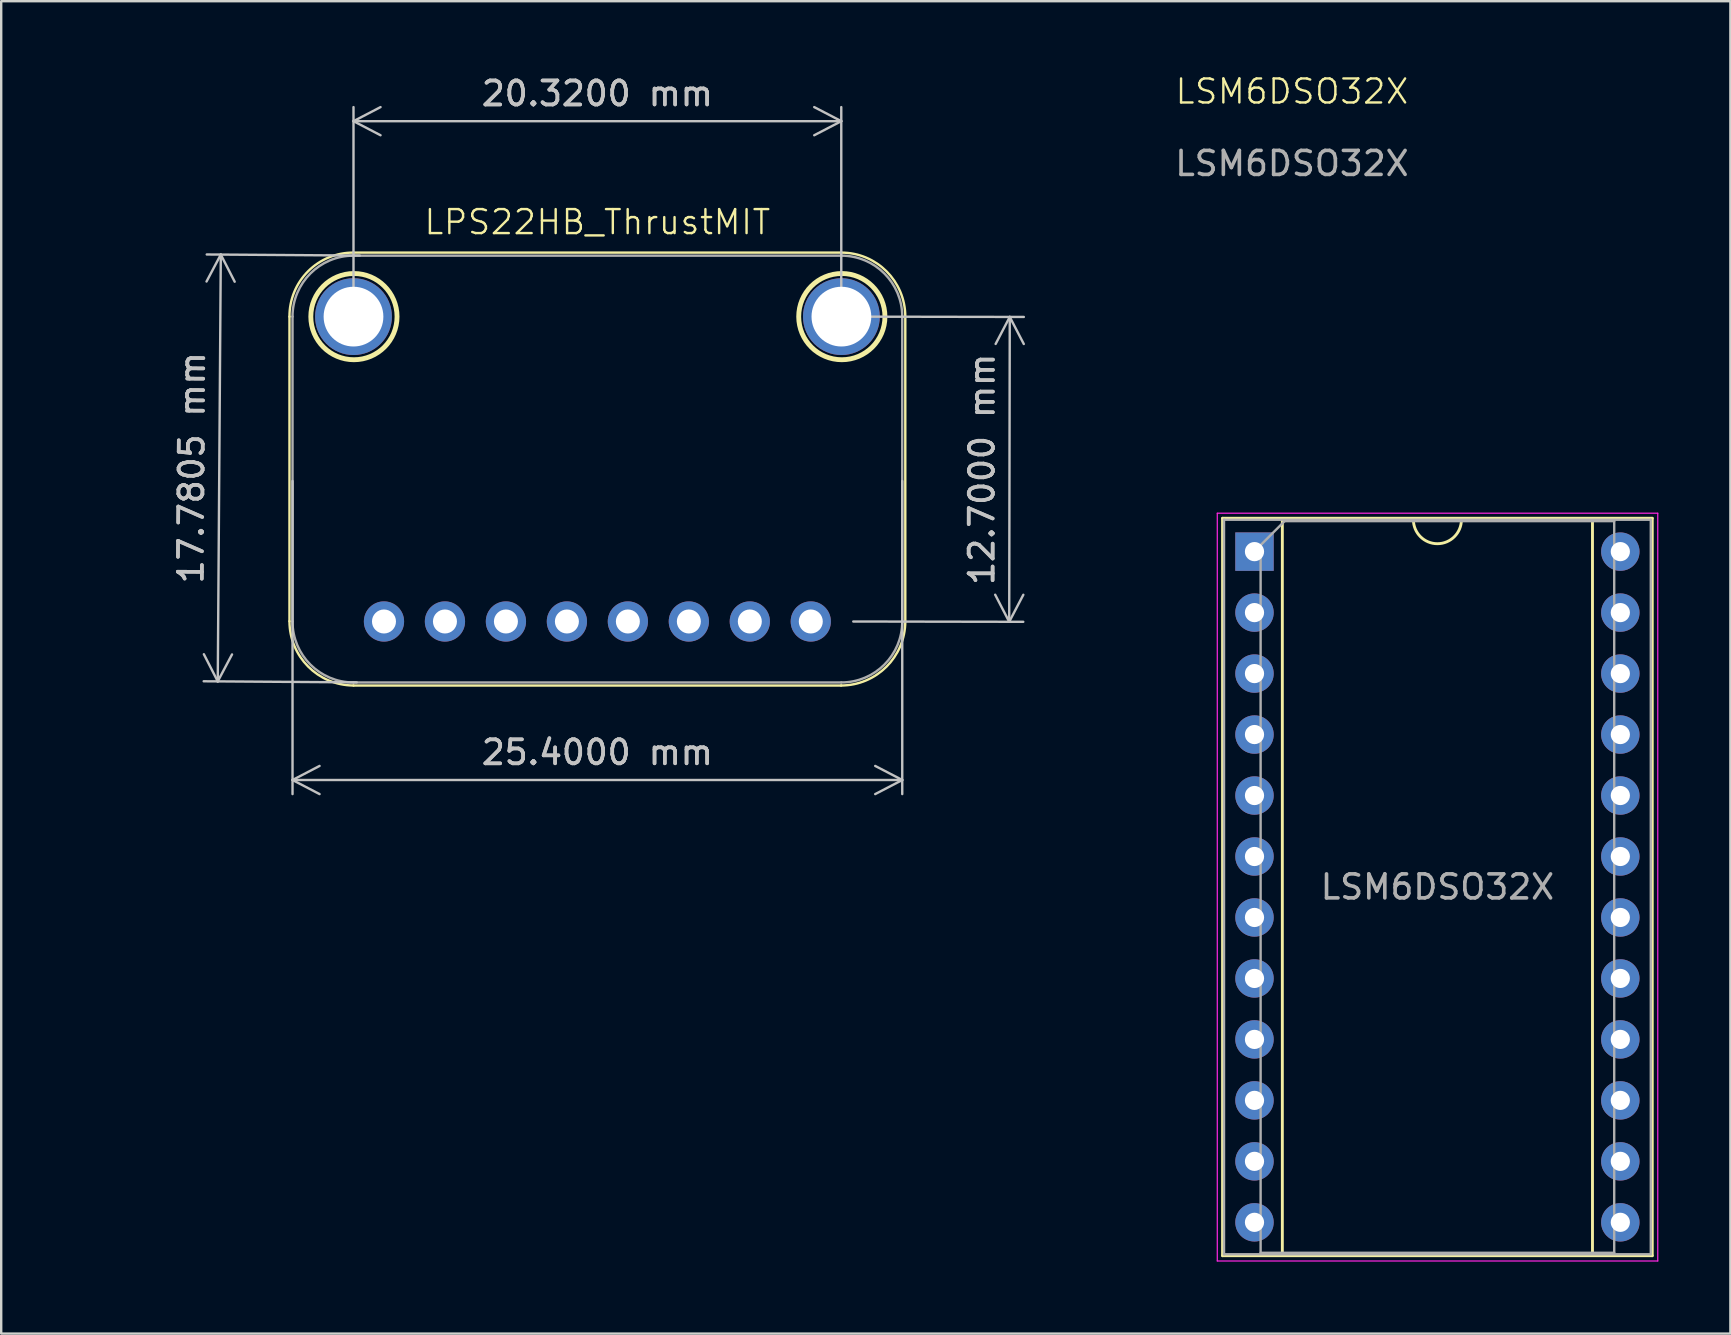
<source format=kicad_pcb>
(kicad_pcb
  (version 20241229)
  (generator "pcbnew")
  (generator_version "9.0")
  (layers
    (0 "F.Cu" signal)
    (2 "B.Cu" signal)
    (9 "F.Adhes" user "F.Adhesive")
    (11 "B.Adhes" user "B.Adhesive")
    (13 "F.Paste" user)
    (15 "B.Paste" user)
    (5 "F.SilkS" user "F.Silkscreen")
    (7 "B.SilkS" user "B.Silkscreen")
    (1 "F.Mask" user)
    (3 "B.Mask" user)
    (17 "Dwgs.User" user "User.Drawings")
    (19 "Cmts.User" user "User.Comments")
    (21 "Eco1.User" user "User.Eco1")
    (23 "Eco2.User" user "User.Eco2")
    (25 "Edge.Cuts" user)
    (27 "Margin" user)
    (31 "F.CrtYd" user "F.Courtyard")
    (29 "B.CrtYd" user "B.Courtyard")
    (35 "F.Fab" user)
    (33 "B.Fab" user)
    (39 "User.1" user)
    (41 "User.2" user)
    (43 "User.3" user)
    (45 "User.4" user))
  (footprint "LPS22HB_ThrustMIT"
    (layer "F.Cu")
    (at 21.836 16.49)
    (property "Reference" "LPS22HB_ThrustMIT" (at 0 -10.287 0) (unlocked yes) (layer "F.SilkS") (effects (font (size 1 1) (thickness 0.1))))
    (attr through_hole)
    (fp_line (start -12.827 -6.35) (end -12.827 6.34) (stroke (width 0.1) (type default)) (layer "F.SilkS"))
    (fp_line (start -10.16 -9.017) (end 10.16 -9.017) (stroke (width 0.1) (type default)) (layer "F.SilkS"))
    (fp_line (start 10.16 9.017) (end -10.16 9.017) (stroke (width 0.1) (type default)) (layer "F.SilkS"))
    (fp_line (start 12.827 -6.35) (end 12.827 6.35) (stroke (width 0.1) (type default)) (layer "F.SilkS"))
    (fp_arc (start -12.827 -6.35) (mid -12.050407 -8.240407) (end -10.16 -9.017) (stroke (width 0.1) (type default)) (layer "F.SilkS"))
    (fp_arc (start -10.16 9.017) (mid -12.046433 8.229391) (end -12.826963 6.340019) (stroke (width 0.1) (type default)) (layer "F.SilkS"))
    (fp_arc (start 10.16 -9.017) (mid 12.045854 -8.235854) (end 12.827 -6.35) (stroke (width 0.1) (type default)) (layer "F.SilkS"))
    (fp_arc (start 12.827 6.35) (mid 12.039392 8.236433) (end 10.150019 9.016963) (stroke (width 0.1) (type default)) (layer "F.SilkS"))
    (fp_circle (center -10.142 -6.35) (end -8.346 -6.35) (stroke (width 0.203) (type default)) (fill no) (layer "F.SilkS"))
    (fp_circle (center 10.183 -6.35) (end 11.979 -6.35) (stroke (width 0.203) (type default)) (fill no) (layer "F.SilkS"))
    (fp_line (start -12.7 6.35) (end -12.7 -6.35) (stroke (width 0.1) (type default)) (layer "F.Fab"))
    (fp_line (start -10.16 -8.89) (end 10.16 -8.89) (stroke (width 0.1) (type default)) (layer "F.Fab"))
    (fp_line (start 10.16 8.89) (end -10.16 8.89) (stroke (width 0.1) (type default)) (layer "F.Fab"))
    (fp_line (start 12.7 -6.35) (end 12.7 6.35) (stroke (width 0.1) (type default)) (layer "F.Fab"))
    (fp_arc (start -12.7 -6.35) (mid -11.956051 -8.146051) (end -10.16 -8.89) (stroke (width 0.1) (type default)) (layer "F.Fab"))
    (fp_arc (start -10.16 8.89) (mid -11.956051 8.146051) (end -12.7 6.35) (stroke (width 0.1) (type default)) (layer "F.Fab"))
    (fp_arc (start 10.16 -8.89) (mid 11.956051 -8.146051) (end 12.7 -6.35) (stroke (width 0.1) (type default)) (layer "F.Fab"))
    (fp_arc (start 12.7 6.35) (mid 11.956051 8.146051) (end 10.16 8.89) (stroke (width 0.1) (type default)) (layer "F.Fab"))
    (fp_poly (pts (xy -9.144 6.604) (xy -8.636 6.604) (xy -8.636 6.096) (xy -9.144 6.096)) (stroke (width 0.1) (type default)) (fill no) (layer "F.Fab"))
    (fp_poly (pts (xy -6.604 6.604) (xy -6.096 6.604) (xy -6.096 6.096) (xy -6.604 6.096)) (stroke (width 0.1) (type default)) (fill no) (layer "F.Fab"))
    (fp_poly (pts (xy -4.064 6.604) (xy -3.556 6.604) (xy -3.556 6.096) (xy -4.064 6.096)) (stroke (width 0.1) (type default)) (fill no) (layer "F.Fab"))
    (fp_poly (pts (xy -1.524 6.604) (xy -1.016 6.604) (xy -1.016 6.096) (xy -1.524 6.096)) (stroke (width 0.1) (type default)) (fill no) (layer "F.Fab"))
    (fp_poly (pts (xy 1.016 6.604) (xy 1.524 6.604) (xy 1.524 6.096) (xy 1.016 6.096)) (stroke (width 0.1) (type default)) (fill no) (layer "F.Fab"))
    (fp_poly (pts (xy 3.556 6.604) (xy 4.064 6.604) (xy 4.064 6.096) (xy 3.556 6.096)) (stroke (width 0.1) (type default)) (fill no) (layer "F.Fab"))
    (fp_poly (pts (xy 6.096 6.604) (xy 6.604 6.604) (xy 6.604 6.096) (xy 6.096 6.096)) (stroke (width 0.1) (type default)) (fill no) (layer "F.Fab"))
    (fp_poly (pts (xy 8.636 6.604) (xy 9.144 6.604) (xy 9.144 6.096) (xy 8.636 6.096)) (stroke (width 0.1) (type default)) (fill no) (layer "F.Fab"))
    (dimension (type aligned) (layer "Dwgs.User") (pts (xy 11.676 10.14) (xy 31.996 10.14)) (height -8.142) (format (prefix "") (suffix "") (units 3) (units_format 1) (precision 4)) (style (thickness 0.1) (arrow_length 1.27) (text_position_mode 0) (arrow_direction outward) (extension_height 0.586) (extension_offset 0.5) (keep_text_aligned yes)) (gr_text "20.3200 mm" (at 21.836 0.848 5.639348387e-06) (layer "Dwgs.User") (effects (font (size 1 1) (thickness 0.15)))))
    (dimension (type aligned) (layer "Dwgs.User") (pts (xy 32.019 10.14) (xy 31.996 22.84)) (height -6.996) (format (prefix "") (suffix "") (units 3) (units_format 1) (precision 4)) (style (thickness 0.1) (arrow_length 1.27) (text_position_mode 0) (arrow_direction outward) (extension_height 0.586) (extension_offset 0.5) (keep_text_aligned yes)) (gr_text "12.7000 mm" (at 37.854 16.501 89.896) (layer "Dwgs.User") (effects (font (size 1 1) (thickness 0.15)))))
    (dimension (type aligned) (layer "Dwgs.User") (pts (xy 12.438 7.6) (xy 12.311 25.38)) (height 6.29) (format (prefix "") (suffix "") (units 3) (units_format 1) (precision 4)) (style (thickness 0.1) (arrow_length 1.27) (text_position_mode 0) (arrow_direction outward) (extension_height 0.586) (extension_offset 0.5) (keep_text_aligned yes)) (gr_text "17.7805 mm" (at 4.935 16.437 89.591) (layer "Dwgs.User") (effects (font (size 1 1) (thickness 0.15)))))
    (dimension (type aligned) (layer "Dwgs.User") (pts (xy 9.136 16.49) (xy 34.536 16.49)) (height 12.954) (format (prefix "") (suffix "") (units 3) (units_format 1) (precision 4)) (style (thickness 0.1) (arrow_length 1.27) (text_position_mode 0) (arrow_direction outward) (extension_height 0.586) (extension_offset 0.5) (keep_text_aligned yes)) (gr_text "25.4000 mm" (at 21.836 28.294 0) (layer "Dwgs.User") (effects (font (size 1 1) (thickness 0.15)))))
    (pad "1" thru_hole circle (at -8.89 6.35 90) (size 1.676 1.676) (drill 1) (layers "*.Cu" "*.Mask" "Eco2.User"))
    (pad "2" thru_hole circle (at -6.35 6.35 90) (size 1.676 1.676) (drill 1) (layers "*.Cu" "*.Mask" "Eco2.User"))
    (pad "3" thru_hole circle (at -3.81 6.35 90) (size 1.676 1.676) (drill 1) (layers "*.Cu" "*.Mask" "Eco2.User"))
    (pad "4" thru_hole circle (at -1.27 6.35 90) (size 1.676 1.676) (drill 1) (layers "*.Cu" "*.Mask" "Eco2.User"))
    (pad "5" thru_hole circle (at 1.27 6.35 90) (size 1.676 1.676) (drill 1) (layers "*.Cu" "*.Mask" "Eco2.User"))
    (pad "6" thru_hole circle (at 3.81 6.35 90) (size 1.676 1.676) (drill 1) (layers "*.Cu" "*.Mask" "Eco2.User"))
    (pad "7" thru_hole circle (at 6.35 6.35 90) (size 1.676 1.676) (drill 1) (layers "*.Cu" "*.Mask" "Eco2.User"))
    (pad "8" thru_hole circle (at 8.89 6.35 90) (size 1.676 1.676) (drill 1) (layers "*.Cu" "*.Mask" "Eco2.User"))
    (pad "M$1" thru_hole circle (at 10.165 -6.35) (size 3.2 3.2) (drill 2.489) (layers "*.Cu" "*.Mask"))
    (pad "M$2" thru_hole circle (at -10.16 -6.35) (size 3.2 3.2) (drill 2.489) (layers "*.Cu" "*.Mask")))
  (footprint "LSM6DSO32X"
    (layer "F.Cu")
    (at 55.85 26.62)
    (property "Reference" "LSM6DSO32X" (at -5.08 -25.86 0) (unlocked yes) (layer "F.SilkS") (effects (font (size 1 1) (thickness 0.1))))
    (attr through_hole)
    (fp_line (start -7.97 -8.08) (end -7.97 22.64) (stroke (width 0.12) (type solid)) (layer "F.SilkS"))
    (fp_line (start -7.97 22.64) (end 9.93 22.64) (stroke (width 0.12) (type solid)) (layer "F.SilkS"))
    (fp_line (start -5.48 -8.02) (end -5.48 22.58) (stroke (width 0.12) (type solid)) (layer "F.SilkS"))
    (fp_line (start -5.48 22.58) (end 7.44 22.58) (stroke (width 0.12) (type solid)) (layer "F.SilkS"))
    (fp_line (start -0.02 -8.02) (end -5.48 -8.02) (stroke (width 0.12) (type solid)) (layer "F.SilkS"))
    (fp_line (start 7.44 -8.02) (end 1.98 -8.02) (stroke (width 0.12) (type solid)) (layer "F.SilkS"))
    (fp_line (start 7.44 22.58) (end 7.44 -8.02) (stroke (width 0.12) (type solid)) (layer "F.SilkS"))
    (fp_line (start 9.93 -8.08) (end -7.97 -8.08) (stroke (width 0.12) (type solid)) (layer "F.SilkS"))
    (fp_line (start 9.93 22.64) (end 9.93 -8.08) (stroke (width 0.12) (type solid)) (layer "F.SilkS"))
    (fp_arc (start 1.98 -8.02) (mid 0.98 -7.02) (end -0.02 -8.02) (stroke (width 0.12) (type solid)) (layer "F.SilkS"))
    (fp_line (start -8.19 -8.29) (end -8.19 22.86) (stroke (width 0.05) (type solid)) (layer "F.CrtYd"))
    (fp_line (start -8.19 22.86) (end 10.16 22.86) (stroke (width 0.05) (type solid)) (layer "F.CrtYd"))
    (fp_line (start 10.16 -8.29) (end -8.19 -8.29) (stroke (width 0.05) (type solid)) (layer "F.CrtYd"))
    (fp_line (start 10.16 22.86) (end 10.16 -8.29) (stroke (width 0.05) (type solid)) (layer "F.CrtYd"))
    (fp_line (start -7.91 -8.02) (end -7.91 22.58) (stroke (width 0.1) (type solid)) (layer "F.Fab"))
    (fp_line (start -7.91 22.58) (end 9.87 22.58) (stroke (width 0.1) (type solid)) (layer "F.Fab"))
    (fp_line (start -6.385 -6.96) (end -5.385 -7.96) (stroke (width 0.1) (type solid)) (layer "F.Fab"))
    (fp_line (start -6.385 22.52) (end -6.385 -6.96) (stroke (width 0.1) (type solid)) (layer "F.Fab"))
    (fp_line (start -5.385 -7.96) (end 8.345 -7.96) (stroke (width 0.1) (type solid)) (layer "F.Fab"))
    (fp_line (start 8.345 -7.96) (end 8.345 22.52) (stroke (width 0.1) (type solid)) (layer "F.Fab"))
    (fp_line (start 8.345 22.52) (end -6.385 22.52) (stroke (width 0.1) (type solid)) (layer "F.Fab"))
    (fp_line (start 9.87 -8.02) (end -7.91 -8.02) (stroke (width 0.1) (type solid)) (layer "F.Fab"))
    (fp_line (start 9.87 22.58) (end 9.87 -8.02) (stroke (width 0.1) (type solid)) (layer "F.Fab"))
    (fp_text user "${REFERENCE}" (at 0.98 7.28 0) (layer "F.Fab") (effects (font (size 1 1) (thickness 0.15))))
    (fp_text user "${REFERENCE}" (at -5.08 -22.86 0) (unlocked yes) (layer "F.Fab") (effects (font (size 1 1) (thickness 0.15))))
    (pad "1" thru_hole rect (at -6.64 -6.69) (size 1.6 1.6) (drill 0.8) (layers "*.Cu" "*.Mask"))
    (pad "2" thru_hole oval (at -6.64 -4.15) (size 1.6 1.6) (drill 0.8) (layers "*.Cu" "*.Mask"))
    (pad "3" thru_hole oval (at -6.64 -1.61) (size 1.6 1.6) (drill 0.8) (layers "*.Cu" "*.Mask"))
    (pad "4" thru_hole oval (at -6.64 0.93) (size 1.6 1.6) (drill 0.8) (layers "*.Cu" "*.Mask"))
    (pad "5" thru_hole oval (at -6.64 3.47) (size 1.6 1.6) (drill 0.8) (layers "*.Cu" "*.Mask"))
    (pad "6" thru_hole oval (at -6.64 6.01) (size 1.6 1.6) (drill 0.8) (layers "*.Cu" "*.Mask"))
    (pad "7" thru_hole oval (at -6.64 8.55) (size 1.6 1.6) (drill 0.8) (layers "*.Cu" "*.Mask"))
    (pad "8" thru_hole oval (at -6.64 11.09) (size 1.6 1.6) (drill 0.8) (layers "*.Cu" "*.Mask"))
    (pad "9" thru_hole oval (at -6.64 13.63) (size 1.6 1.6) (drill 0.8) (layers "*.Cu" "*.Mask"))
    (pad "10" thru_hole oval (at -6.64 16.17) (size 1.6 1.6) (drill 0.8) (layers "*.Cu" "*.Mask"))
    (pad "11" thru_hole oval (at -6.64 18.71) (size 1.6 1.6) (drill 0.8) (layers "*.Cu" "*.Mask"))
    (pad "12" thru_hole oval (at -6.64 21.25) (size 1.6 1.6) (drill 0.8) (layers "*.Cu" "*.Mask"))
    (pad "13" thru_hole oval (at 8.6 -6.69) (size 1.6 1.6) (drill 0.8) (layers "*.Cu" "*.Mask"))
    (pad "14" thru_hole oval (at 8.6 -4.15) (size 1.6 1.6) (drill 0.8) (layers "*.Cu" "*.Mask"))
    (pad "15" thru_hole oval (at 8.6 -1.61) (size 1.6 1.6) (drill 0.8) (layers "*.Cu" "*.Mask"))
    (pad "16" thru_hole oval (at 8.6 0.93) (size 1.6 1.6) (drill 0.8) (layers "*.Cu" "*.Mask"))
    (pad "17" thru_hole oval (at 8.6 3.47) (size 1.6 1.6) (drill 0.8) (layers "*.Cu" "*.Mask"))
    (pad "18" thru_hole oval (at 8.6 6.01) (size 1.6 1.6) (drill 0.8) (layers "*.Cu" "*.Mask"))
    (pad "19" thru_hole oval (at 8.6 8.55) (size 1.6 1.6) (drill 0.8) (layers "*.Cu" "*.Mask"))
    (pad "20" thru_hole oval (at 8.6 11.09) (size 1.6 1.6) (drill 0.8) (layers "*.Cu" "*.Mask"))
    (pad "21" thru_hole oval (at 8.6 13.63) (size 1.6 1.6) (drill 0.8) (layers "*.Cu" "*.Mask"))
    (pad "22" thru_hole oval (at 8.6 16.17) (size 1.6 1.6) (drill 0.8) (layers "*.Cu" "*.Mask"))
    (pad "23" thru_hole oval (at 8.6 18.71) (size 1.6 1.6) (drill 0.8) (layers "*.Cu" "*.Mask"))
    (pad "24" thru_hole oval (at 8.6 21.25) (size 1.6 1.6) (drill 0.8) (layers "*.Cu" "*.Mask")))
  (gr_rect
    (start -3 -3)
    (end 69.035 52.505)
    (stroke (width 0.1) (type default))
    (fill no)
    (layer "Edge.Cuts")))
</source>
